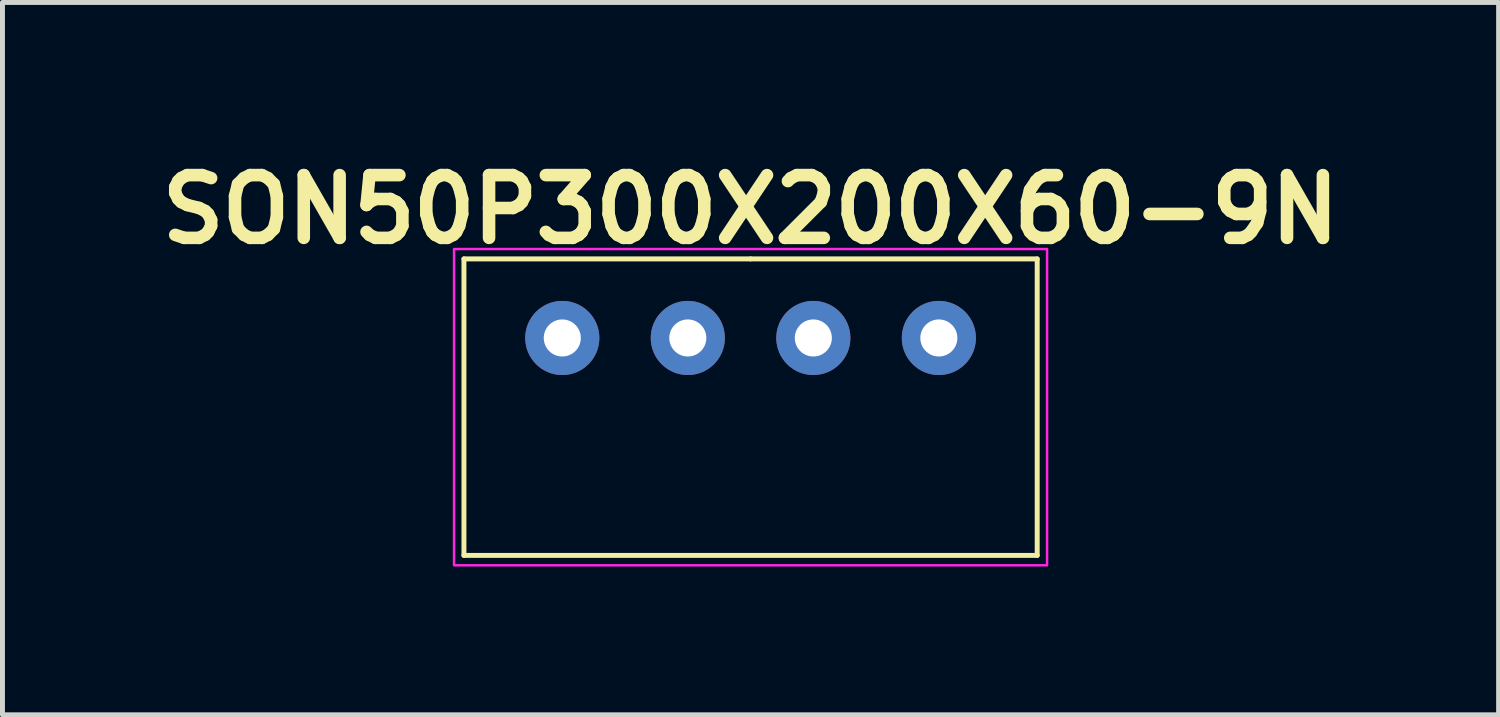
<source format=kicad_pcb>
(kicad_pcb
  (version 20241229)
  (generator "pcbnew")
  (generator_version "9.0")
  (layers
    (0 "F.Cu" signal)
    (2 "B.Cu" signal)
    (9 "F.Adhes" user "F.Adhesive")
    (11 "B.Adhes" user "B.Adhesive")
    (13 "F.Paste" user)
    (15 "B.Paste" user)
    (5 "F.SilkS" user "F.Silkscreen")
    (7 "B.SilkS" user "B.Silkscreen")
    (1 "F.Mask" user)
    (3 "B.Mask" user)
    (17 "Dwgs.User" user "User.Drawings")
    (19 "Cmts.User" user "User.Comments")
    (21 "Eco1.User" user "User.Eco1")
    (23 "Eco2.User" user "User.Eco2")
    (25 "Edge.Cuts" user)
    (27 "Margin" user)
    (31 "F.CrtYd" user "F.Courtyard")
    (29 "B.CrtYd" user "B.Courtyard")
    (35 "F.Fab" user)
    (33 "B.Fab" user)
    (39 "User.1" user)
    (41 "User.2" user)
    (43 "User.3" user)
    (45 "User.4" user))
  (footprint "SON50P300X200X60-9N"
    (layer "F.Cu")
    (at 12.138 3.789)
    (property "Reference" "SON50P300X200X60-9N" (at 0 -2.6 0) (layer "F.SilkS") (effects (font (size 1.27 1.27) (thickness 0.254))))
    (attr smd)
    (fp_line (start -5.8 -1.6) (end -5.8 4.4) (stroke (width 0.1) (type default)) (layer "F.SilkS"))
    (fp_line (start -5.8 4.4) (end 5.8 4.4) (stroke (width 0.1) (type default)) (layer "F.SilkS"))
    (fp_line (start 0 -1.6) (end -5.8 -1.6) (stroke (width 0.1) (type default)) (layer "F.SilkS"))
    (fp_line (start 5.8 -1.6) (end 0 -1.6) (stroke (width 0.1) (type default)) (layer "F.SilkS"))
    (fp_line (start 5.8 4.4) (end 5.8 -1.6) (stroke (width 0.1) (type default)) (layer "F.SilkS"))
    (fp_rect (start -6 -1.8) (end 6 4.6) (stroke (width 0.05) (type default)) (fill no) (layer "F.CrtYd"))
    (pad "1" thru_hole circle (at -3.81 0) (size 1.5 1.5) (drill 0.75) (layers "*.Cu" "*.Mask"))
    (pad "2" thru_hole circle (at -1.27 0) (size 1.5 1.5) (drill 0.75) (layers "*.Cu" "*.Mask"))
    (pad "3" thru_hole circle (at 1.27 0) (size 1.5 1.5) (drill 0.75) (layers "*.Cu" "*.Mask"))
    (pad "4" thru_hole circle (at 3.81 0) (size 1.5 1.5) (drill 0.75) (layers "*.Cu" "*.Mask")))
  (gr_rect
    (start -3 -3)
    (end 27.275 11.414)
    (stroke (width 0.1) (type default))
    (fill no)
    (layer "Edge.Cuts")))
</source>
